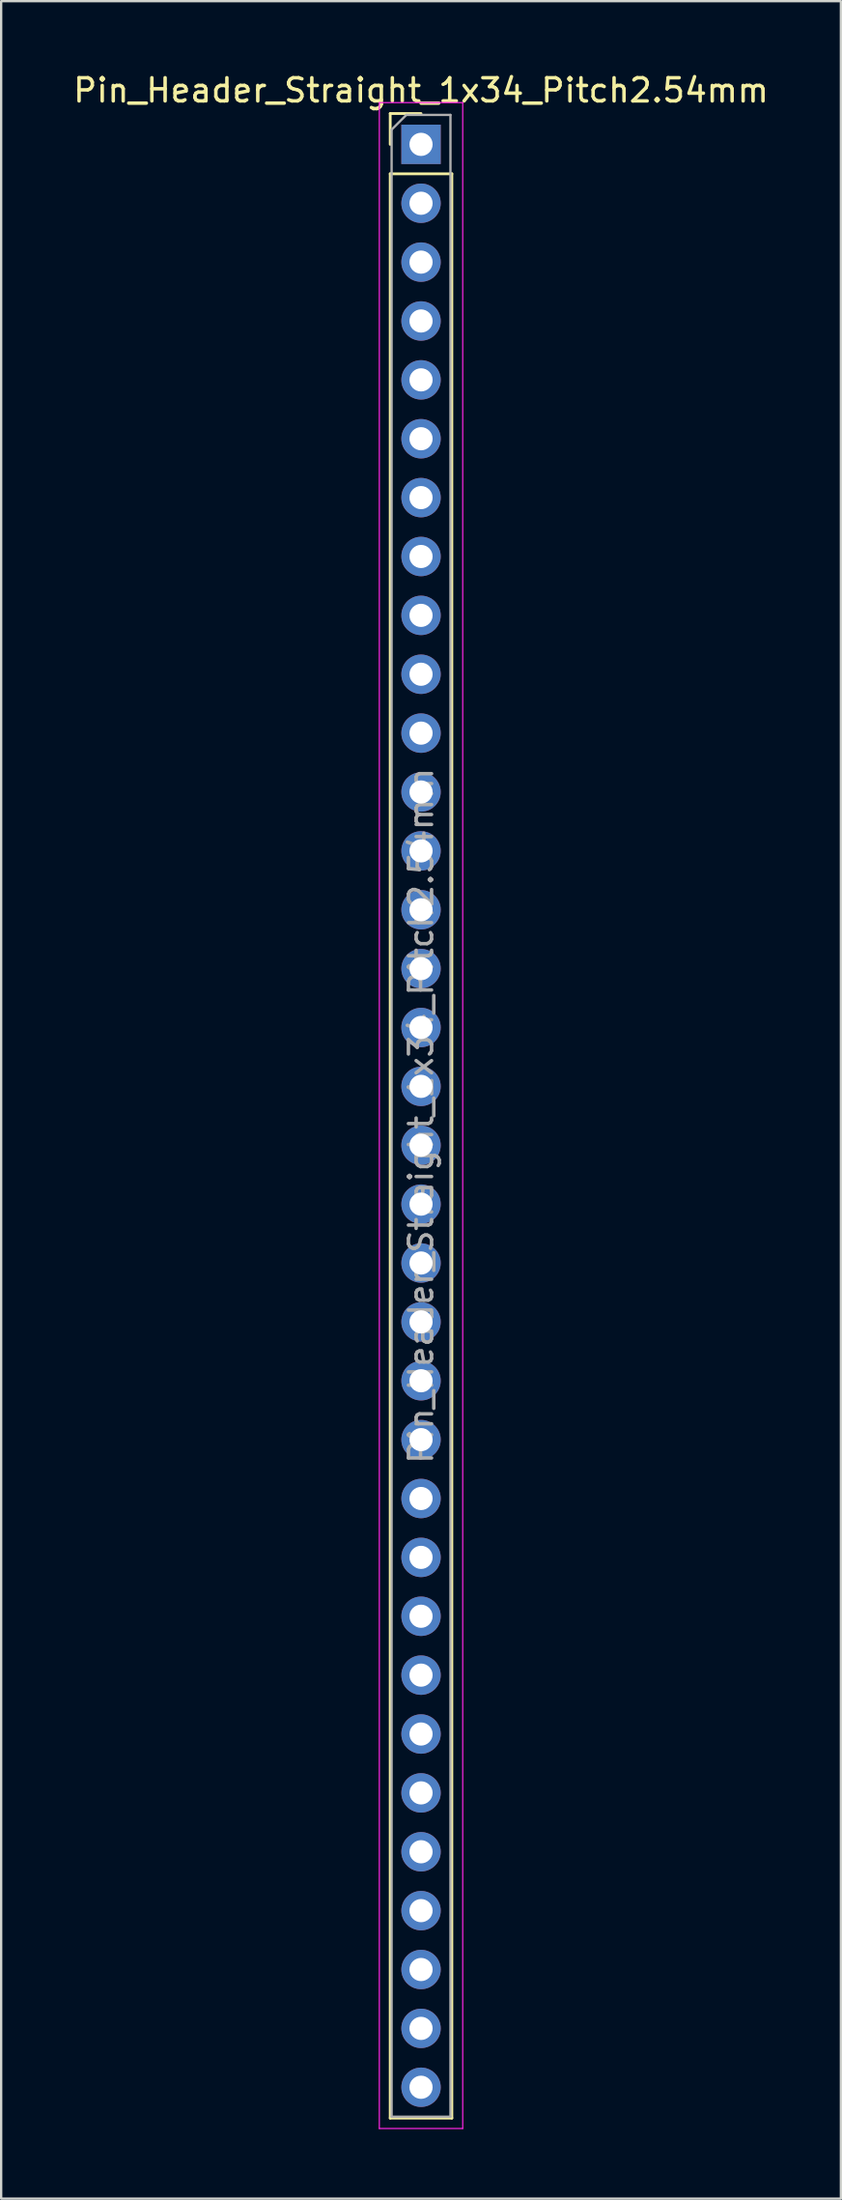
<source format=kicad_pcb>
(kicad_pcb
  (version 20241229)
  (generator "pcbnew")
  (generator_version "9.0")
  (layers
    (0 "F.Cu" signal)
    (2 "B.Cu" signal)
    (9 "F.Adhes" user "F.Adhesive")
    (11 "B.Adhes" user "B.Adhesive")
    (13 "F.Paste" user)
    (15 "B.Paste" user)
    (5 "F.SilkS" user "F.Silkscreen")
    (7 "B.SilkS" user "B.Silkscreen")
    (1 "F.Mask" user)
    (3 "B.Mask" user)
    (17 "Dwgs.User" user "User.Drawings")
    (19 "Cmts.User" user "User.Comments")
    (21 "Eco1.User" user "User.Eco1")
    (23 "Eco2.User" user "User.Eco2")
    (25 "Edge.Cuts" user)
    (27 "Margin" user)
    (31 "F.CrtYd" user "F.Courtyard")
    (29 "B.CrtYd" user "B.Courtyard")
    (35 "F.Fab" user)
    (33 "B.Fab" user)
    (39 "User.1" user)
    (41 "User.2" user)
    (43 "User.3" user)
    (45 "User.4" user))
  (footprint "Pin_Header_Straight_1x34_Pitch2.54mm"
    (layer "F.Cu")
    (at 15.125 3.178)
    (property "Reference" "Pin_Header_Straight_1x34_Pitch2.54mm" (at 0 -2.33 0) (layer "F.SilkS") (effects (font (size 1 1) (thickness 0.15))))
    (attr through_hole)
    (fp_line (start -1.33 -1.33) (end 0 -1.33) (stroke (width 0.12) (type solid)) (layer "F.SilkS"))
    (fp_line (start -1.33 0) (end -1.33 -1.33) (stroke (width 0.12) (type solid)) (layer "F.SilkS"))
    (fp_line (start -1.33 1.27) (end -1.33 85.15) (stroke (width 0.12) (type solid)) (layer "F.SilkS"))
    (fp_line (start -1.33 85.15) (end 1.33 85.15) (stroke (width 0.12) (type solid)) (layer "F.SilkS"))
    (fp_line (start 1.33 1.27) (end -1.33 1.27) (stroke (width 0.12) (type solid)) (layer "F.SilkS"))
    (fp_line (start 1.33 85.15) (end 1.33 1.27) (stroke (width 0.12) (type solid)) (layer "F.SilkS"))
    (fp_line (start -1.8 -1.8) (end -1.8 85.6) (stroke (width 0.05) (type solid)) (layer "F.CrtYd"))
    (fp_line (start -1.8 85.6) (end 1.8 85.6) (stroke (width 0.05) (type solid)) (layer "F.CrtYd"))
    (fp_line (start 1.8 -1.8) (end -1.8 -1.8) (stroke (width 0.05) (type solid)) (layer "F.CrtYd"))
    (fp_line (start 1.8 85.6) (end 1.8 -1.8) (stroke (width 0.05) (type solid)) (layer "F.CrtYd"))
    (fp_line (start -1.27 -0.635) (end -0.635 -1.27) (stroke (width 0.1) (type solid)) (layer "F.Fab"))
    (fp_line (start -1.27 85.09) (end -1.27 -0.635) (stroke (width 0.1) (type solid)) (layer "F.Fab"))
    (fp_line (start -0.635 -1.27) (end 1.27 -1.27) (stroke (width 0.1) (type solid)) (layer "F.Fab"))
    (fp_line (start 1.27 -1.27) (end 1.27 85.09) (stroke (width 0.1) (type solid)) (layer "F.Fab"))
    (fp_line (start 1.27 85.09) (end -1.27 85.09) (stroke (width 0.1) (type solid)) (layer "F.Fab"))
    (fp_text user "${REFERENCE}" (at 0 41.91 90) (layer "F.Fab") (effects (font (size 1 1) (thickness 0.15))))
    (pad "1" thru_hole rect (at 0 0) (size 1.7 1.7) (drill 1) (layers "*.Cu" "*.Mask"))
    (pad "2" thru_hole oval (at 0 2.54) (size 1.7 1.7) (drill 1) (layers "*.Cu" "*.Mask"))
    (pad "3" thru_hole oval (at 0 5.08) (size 1.7 1.7) (drill 1) (layers "*.Cu" "*.Mask"))
    (pad "4" thru_hole oval (at 0 7.62) (size 1.7 1.7) (drill 1) (layers "*.Cu" "*.Mask"))
    (pad "5" thru_hole oval (at 0 10.16) (size 1.7 1.7) (drill 1) (layers "*.Cu" "*.Mask"))
    (pad "6" thru_hole oval (at 0 12.7) (size 1.7 1.7) (drill 1) (layers "*.Cu" "*.Mask"))
    (pad "7" thru_hole oval (at 0 15.24) (size 1.7 1.7) (drill 1) (layers "*.Cu" "*.Mask"))
    (pad "8" thru_hole oval (at 0 17.78) (size 1.7 1.7) (drill 1) (layers "*.Cu" "*.Mask"))
    (pad "9" thru_hole oval (at 0 20.32) (size 1.7 1.7) (drill 1) (layers "*.Cu" "*.Mask"))
    (pad "10" thru_hole oval (at 0 22.86) (size 1.7 1.7) (drill 1) (layers "*.Cu" "*.Mask"))
    (pad "11" thru_hole oval (at 0 25.4) (size 1.7 1.7) (drill 1) (layers "*.Cu" "*.Mask"))
    (pad "12" thru_hole oval (at 0 27.94) (size 1.7 1.7) (drill 1) (layers "*.Cu" "*.Mask"))
    (pad "13" thru_hole oval (at 0 30.48) (size 1.7 1.7) (drill 1) (layers "*.Cu" "*.Mask"))
    (pad "14" thru_hole oval (at 0 33.02) (size 1.7 1.7) (drill 1) (layers "*.Cu" "*.Mask"))
    (pad "15" thru_hole oval (at 0 35.56) (size 1.7 1.7) (drill 1) (layers "*.Cu" "*.Mask"))
    (pad "16" thru_hole oval (at 0 38.1) (size 1.7 1.7) (drill 1) (layers "*.Cu" "*.Mask"))
    (pad "17" thru_hole oval (at 0 40.64) (size 1.7 1.7) (drill 1) (layers "*.Cu" "*.Mask"))
    (pad "18" thru_hole oval (at 0 43.18) (size 1.7 1.7) (drill 1) (layers "*.Cu" "*.Mask"))
    (pad "19" thru_hole oval (at 0 45.72) (size 1.7 1.7) (drill 1) (layers "*.Cu" "*.Mask"))
    (pad "20" thru_hole oval (at 0 48.26) (size 1.7 1.7) (drill 1) (layers "*.Cu" "*.Mask"))
    (pad "21" thru_hole oval (at 0 50.8) (size 1.7 1.7) (drill 1) (layers "*.Cu" "*.Mask"))
    (pad "22" thru_hole oval (at 0 53.34) (size 1.7 1.7) (drill 1) (layers "*.Cu" "*.Mask"))
    (pad "23" thru_hole oval (at 0 55.88) (size 1.7 1.7) (drill 1) (layers "*.Cu" "*.Mask"))
    (pad "24" thru_hole oval (at 0 58.42) (size 1.7 1.7) (drill 1) (layers "*.Cu" "*.Mask"))
    (pad "25" thru_hole oval (at 0 60.96) (size 1.7 1.7) (drill 1) (layers "*.Cu" "*.Mask"))
    (pad "26" thru_hole oval (at 0 63.5) (size 1.7 1.7) (drill 1) (layers "*.Cu" "*.Mask"))
    (pad "27" thru_hole oval (at 0 66.04) (size 1.7 1.7) (drill 1) (layers "*.Cu" "*.Mask"))
    (pad "28" thru_hole oval (at 0 68.58) (size 1.7 1.7) (drill 1) (layers "*.Cu" "*.Mask"))
    (pad "29" thru_hole oval (at 0 71.12) (size 1.7 1.7) (drill 1) (layers "*.Cu" "*.Mask"))
    (pad "30" thru_hole oval (at 0 73.66) (size 1.7 1.7) (drill 1) (layers "*.Cu" "*.Mask"))
    (pad "31" thru_hole oval (at 0 76.2) (size 1.7 1.7) (drill 1) (layers "*.Cu" "*.Mask"))
    (pad "32" thru_hole oval (at 0 78.74) (size 1.7 1.7) (drill 1) (layers "*.Cu" "*.Mask"))
    (pad "33" thru_hole oval (at 0 81.28) (size 1.7 1.7) (drill 1) (layers "*.Cu" "*.Mask"))
    (pad "34" thru_hole oval (at 0 83.82) (size 1.7 1.7) (drill 1) (layers "*.Cu" "*.Mask")))
  (gr_rect
    (start -3 -3)
    (end 33.25 91.803)
    (stroke (width 0.1) (type default))
    (fill no)
    (layer "Edge.Cuts")))
</source>
